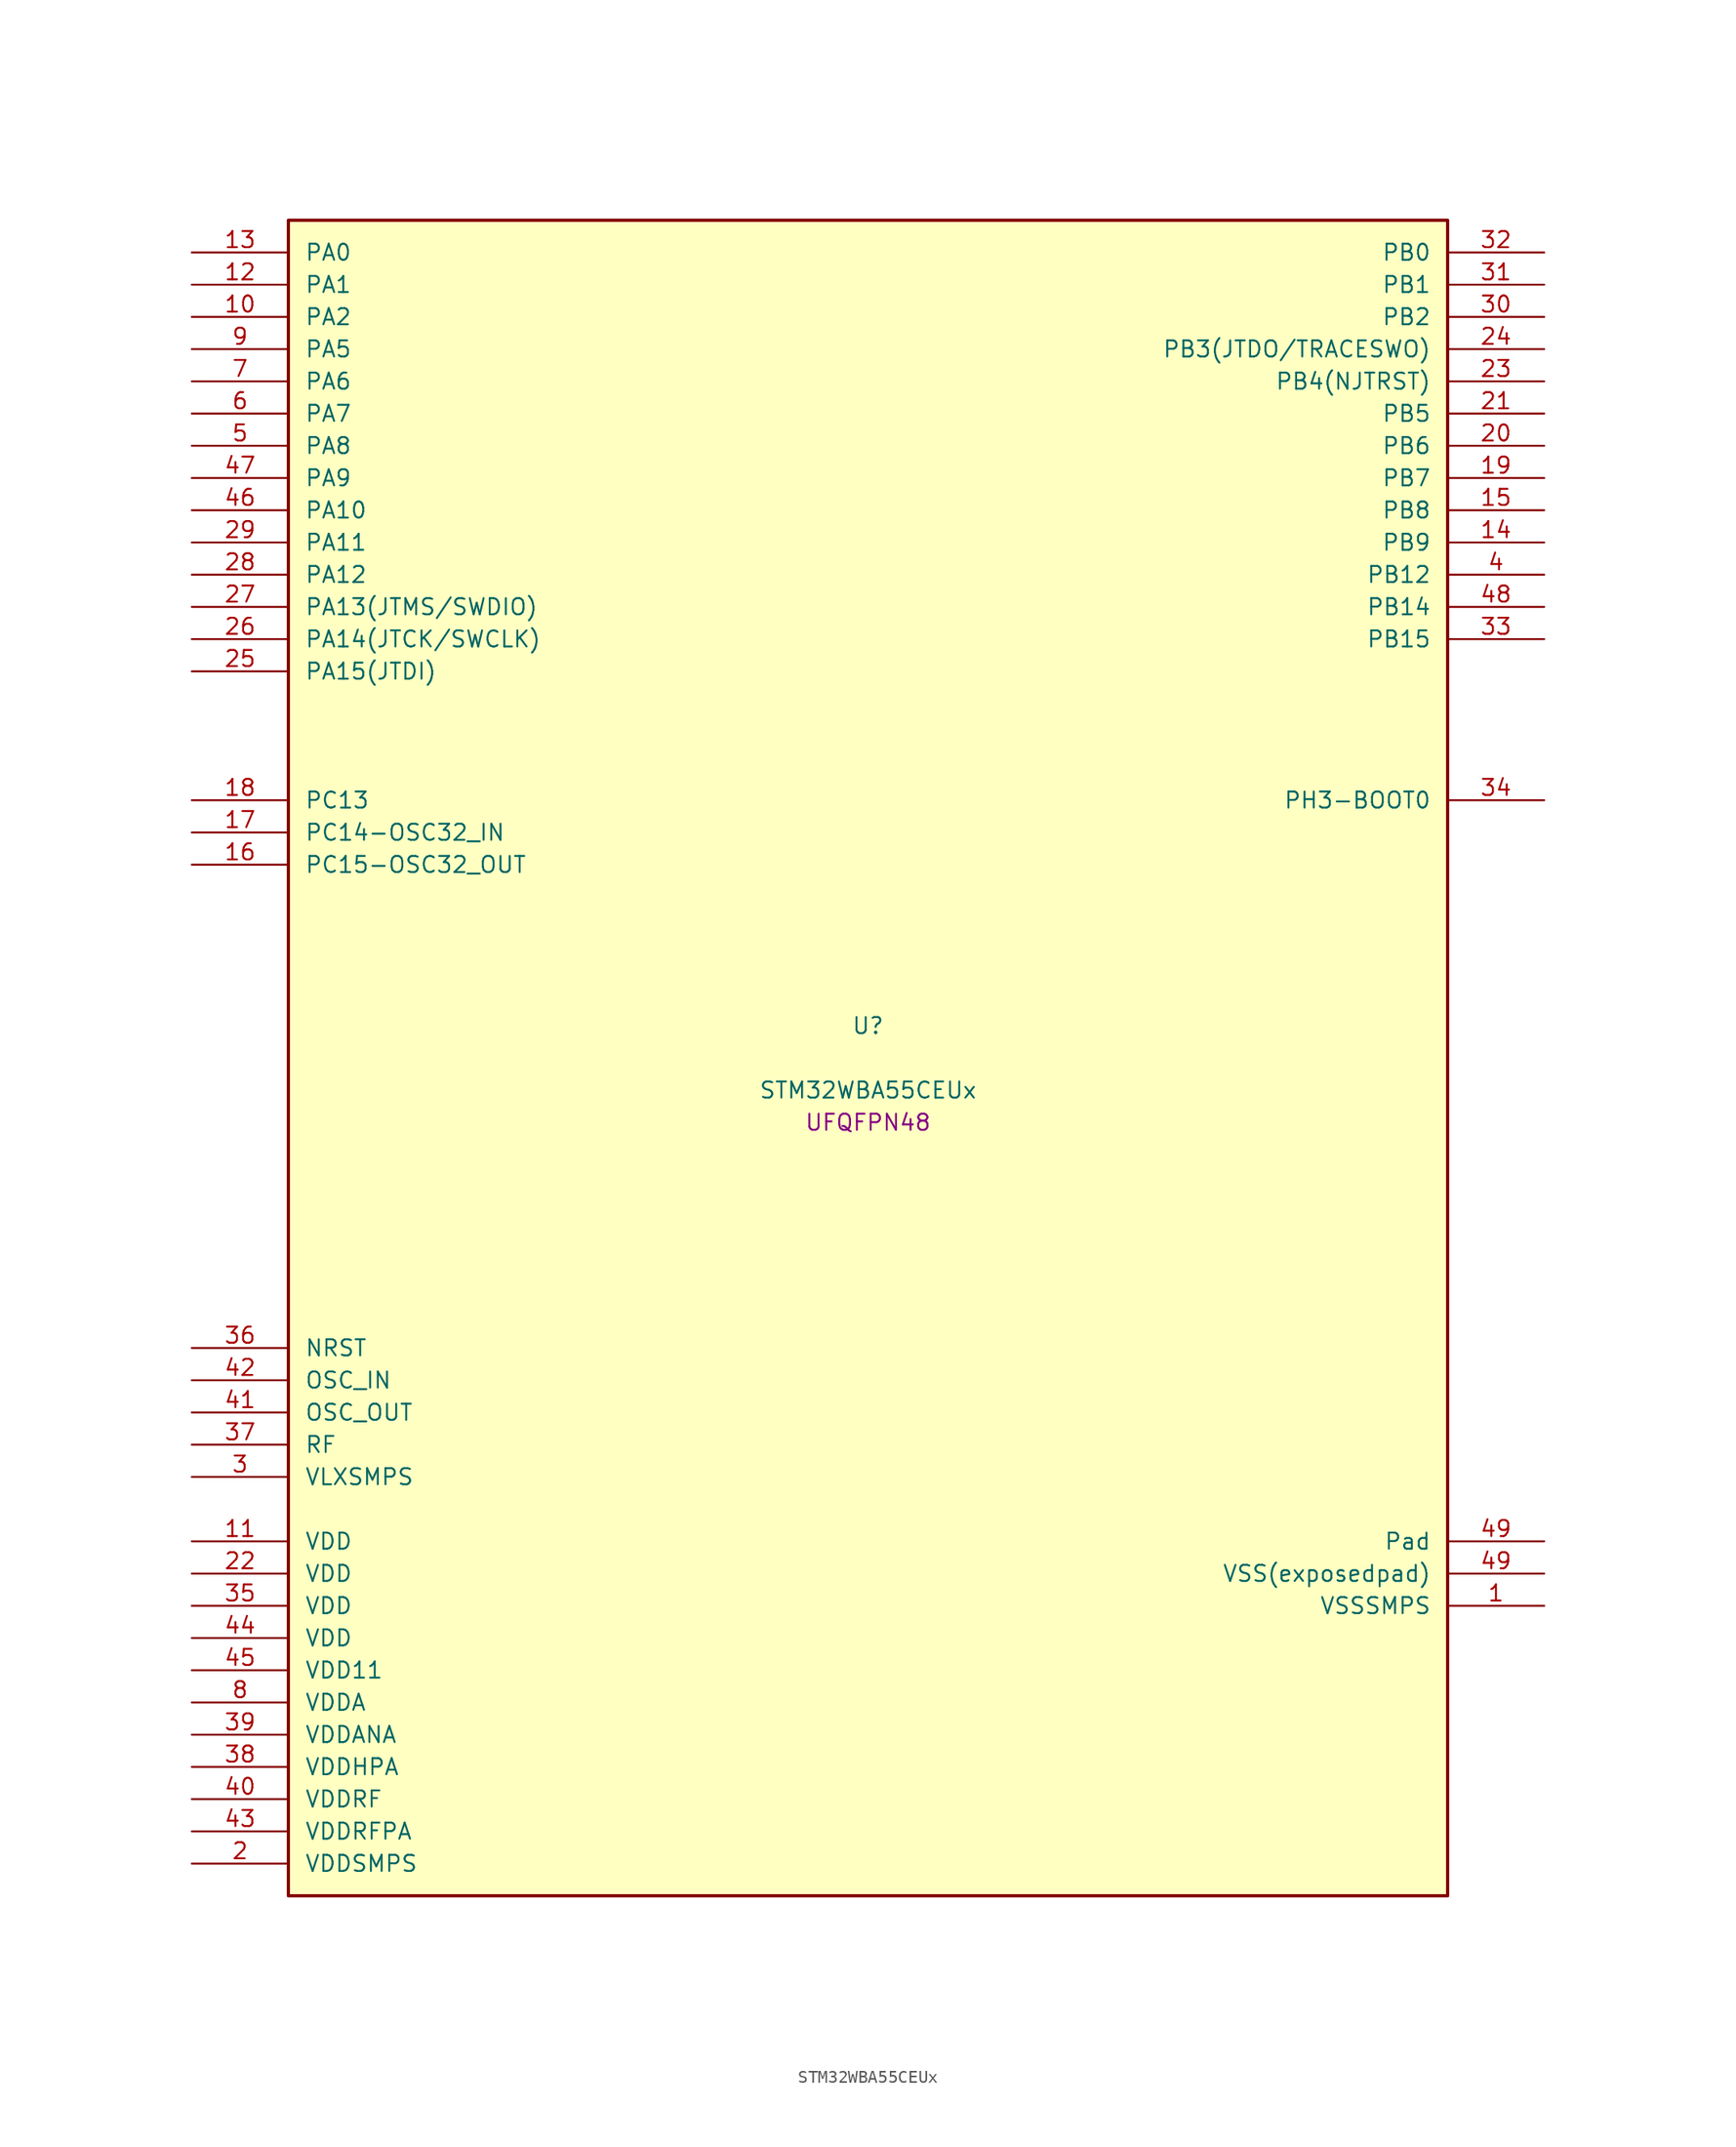
<source format=kicad_sym>
(kicad_symbol_lib
  (version 20241209)
  (generator "stm32_pkl_generator")
  (generator_version "1.0")
  (symbol "STM32WBA55CEUx"
    (pin_names
      (offset 1.27))
    (property "Reference" "U"
      (at 0 2.54 0))
    (property "Value" "STM32WBA55CEUx"
      (at 0 -2.54 0))
    (property "Footprint" "UFQFPN48"
      (at 0 -5.08 0))
    (symbol "STM32WBA55CEUx_1_1"
      (rectangle (start -45.72 66.04) (end 45.72 -66.04) (stroke (width 0.254) (type solid)) (fill (type background)))
      (pin bidirectional line (at -53.34 63.5 0) (length 7.62) (name "PA0") (number "13") (alternate "PA0/ADC4_IN9" bidirectional line) (alternate "PA0/COMP2_INP" bidirectional line) (alternate "PA0/LPTIM1_IN1" bidirectional line) (alternate "PA0/LPUART1_CTS" bidirectional line) (alternate "PA0/PWR_WKUP1" bidirectional line) (alternate "PA0/SPI3_SCK" bidirectional line) (alternate "PA0/TIM1_CH2N" bidirectional line) (alternate "PA0/TIM3_CH3" bidirectional line) (alternate "PA0/TIM3_ETR" bidirectional line) (alternate "PA0/TSC_G2_IO2" bidirectional line))
      (pin bidirectional line (at -53.34 60.96 0) (length 7.62) (name "PA1") (number "12") (alternate "PA1/ADC4_IN8" bidirectional line) (alternate "PA1/COMP1_INM" bidirectional line) (alternate "PA1/LPTIM2_CH2" bidirectional line) (alternate "PA1/LPUART1_RX" bidirectional line) (alternate "PA1/PWR_WKUP3" bidirectional line) (alternate "PA1/SAI1_CK1" bidirectional line) (alternate "PA1/SPI1_RDY" bidirectional line) (alternate "PA1/TIM17_CH1" bidirectional line) (alternate "PA1/TIM1_CH1N" bidirectional line) (alternate "PA1/TIM3_CH2" bidirectional line) (alternate "PA1/TSC_G2_IO1" bidirectional line) (alternate "PA1/USART1_CK" bidirectional line))
      (pin bidirectional line (at -53.34 58.42 0) (length 7.62) (name "PA2") (number "10") (alternate "PA2/ADC4_IN7" bidirectional line) (alternate "PA2/COMP1_INP" bidirectional line) (alternate "PA2/LPUART1_TX" bidirectional line) (alternate "PA2/PWR_WKUP4" bidirectional line) (alternate "PA2/RCC_LSCO" bidirectional line) (alternate "PA2/SAI1_D1" bidirectional line) (alternate "PA2/TIM16_CH1" bidirectional line) (alternate "PA2/TIM1_BKIN" bidirectional line) (alternate "PA2/TIM3_CH1" bidirectional line) (alternate "PA2/TSC_G4_IO4" bidirectional line) (alternate "PA2/USART1_DE" bidirectional line) (alternate "PA2/USART1_RTS" bidirectional line))
      (pin bidirectional line (at -53.34 55.88 0) (length 7.62) (name "PA5") (number "9") (alternate "PA5/ADC4_IN4" bidirectional line) (alternate "PA5/AUDIOCLK" bidirectional line) (alternate "PA5/LPTIM2_ETR" bidirectional line) (alternate "PA5/PWR_CSLEEP" bidirectional line) (alternate "PA5/PWR_WKUP6" bidirectional line) (alternate "PA5/SAI1_D2" bidirectional line) (alternate "PA5/SPI3_NSS" bidirectional line) (alternate "PA5/TIM2_CH1" bidirectional line) (alternate "PA5/TIM2_ETR" bidirectional line) (alternate "PA5/TSC_G1_IO4" bidirectional line) (alternate "PA5/USART1_CK" bidirectional line))
      (pin bidirectional line (at -53.34 53.34 0) (length 7.62) (name "PA6") (number "7") (alternate "PA6/ADC4_IN3" bidirectional line) (alternate "PA6/I2C3_SCL" bidirectional line) (alternate "PA6/PWR_CSTOP" bidirectional line) (alternate "PA6/PWR_WKUP7" bidirectional line) (alternate "PA6/SAI1_CK2" bidirectional line) (alternate "PA6/SAI1_MCLK_A" bidirectional line) (alternate "PA6/SPI3_RDY" bidirectional line) (alternate "PA6/TIM2_CH4" bidirectional line) (alternate "PA6/TSC_G1_IO3" bidirectional line) (alternate "PA6/USART1_DE" bidirectional line) (alternate "PA6/USART1_RTS" bidirectional line))
      (pin bidirectional line (at -53.34 50.8 0) (length 7.62) (name "PA7") (number "6") (alternate "PA7/ADC4_IN2" bidirectional line) (alternate "PA7/COMP1_OUT" bidirectional line) (alternate "PA7/I2C3_SDA" bidirectional line) (alternate "PA7/PWR_WKUP8" bidirectional line) (alternate "PA7/SAI1_SCK_A" bidirectional line) (alternate "PA7/TAMP_IN1" bidirectional line) (alternate "PA7/TAMP_OUT2" bidirectional line) (alternate "PA7/TIM2_CH3" bidirectional line) (alternate "PA7/TSC_G1_IO2" bidirectional line) (alternate "PA7/USART1_CTS" bidirectional line))
      (pin bidirectional line (at -53.34 48.26 0) (length 7.62) (name "PA8") (number "5") (alternate "PA8/ADC4_IN1" bidirectional line) (alternate "PA8/LPTIM1_CH2" bidirectional line) (alternate "PA8/RCC_MCO" bidirectional line) (alternate "PA8/SAI1_FS_A" bidirectional line) (alternate "PA8/SPI3_RDY" bidirectional line) (alternate "PA8/TIM2_CH2" bidirectional line) (alternate "PA8/TSC_G1_IO1" bidirectional line) (alternate "PA8/USART1_RX" bidirectional line))
      (pin bidirectional line (at -53.34 45.72 0) (length 7.62) (name "PA9") (number "47") (alternate "PA9/LPUART1_DE" bidirectional line) (alternate "PA9/LPUART1_RTS" bidirectional line) (alternate "PA9/SAI1_CK1" bidirectional line) (alternate "PA9/TIM3_CH2" bidirectional line))
      (pin bidirectional line (at -53.34 43.18 0) (length 7.62) (name "PA10") (number "46") (alternate "PA10/LPUART1_RX" bidirectional line) (alternate "PA10/SAI1_D1" bidirectional line) (alternate "PA10/TIM3_CH1" bidirectional line))
      (pin bidirectional line (at -53.34 40.64 0) (length 7.62) (name "PA11") (number "29") (alternate "PA11/LPTIM2_CH1" bidirectional line) (alternate "PA11/RF_ANTSW1" bidirectional line) (alternate "PA11/TIM1_CH1" bidirectional line) (alternate "PA11/USART2_RX" bidirectional line))
      (pin bidirectional line (at -53.34 38.1 0) (length 7.62) (name "PA12") (number "28") (alternate "PA12/COMP2_OUT" bidirectional line) (alternate "PA12/PTA_STATUS" bidirectional line) (alternate "PA12/PWR_WKUP6" bidirectional line) (alternate "PA12/RF_ANTSW0" bidirectional line) (alternate "PA12/SPI1_NSS" bidirectional line) (alternate "PA12/TIM1_CH2" bidirectional line) (alternate "PA12/TSC_G3_IO4" bidirectional line) (alternate "PA12/USART2_TX" bidirectional line))
      (pin bidirectional line (at -53.34 35.56 0) (length 7.62) (name "PA13(JTMS/SWDIO)") (number "27") (alternate "PA13(JTMS/SWDIO)/DEBUG_JTMS-SWDIO" bidirectional line) (alternate "PA13(JTMS/SWDIO)/IR_OUT" bidirectional line) (alternate "PA13(JTMS/SWDIO)/PTA_PRIORITY" bidirectional line))
      (pin bidirectional line (at -53.34 33.02 0) (length 7.62) (name "PA14(JTCK/SWCLK)") (number "26") (alternate "PA14(JTCK/SWCLK)/COMP2_OUT" bidirectional line) (alternate "PA14(JTCK/SWCLK)/DEBUG_JTCK-SWCLK" bidirectional line) (alternate "PA14(JTCK/SWCLK)/PTA_STATUS" bidirectional line) (alternate "PA14(JTCK/SWCLK)/TAMP_IN3" bidirectional line) (alternate "PA14(JTCK/SWCLK)/TAMP_OUT6" bidirectional line) (alternate "PA14(JTCK/SWCLK)/USART2_TX" bidirectional line))
      (pin bidirectional line (at -53.34 30.48 0) (length 7.62) (name "PA15(JTDI)") (number "25") (alternate "PA15(JTDI)/ADC4_EXTI15" bidirectional line) (alternate "PA15(JTDI)/DEBUG_JTDI" bidirectional line) (alternate "PA15(JTDI)/I2C1_SCL" bidirectional line) (alternate "PA15(JTDI)/LPTIM1_CH2" bidirectional line) (alternate "PA15(JTDI)/PTA_STATUS" bidirectional line) (alternate "PA15(JTDI)/SPI1_MOSI" bidirectional line) (alternate "PA15(JTDI)/TIM17_BKIN" bidirectional line) (alternate "PA15(JTDI)/TIM1_ETR" bidirectional line) (alternate "PA15(JTDI)/TSC_G3_IO3" bidirectional line) (alternate "PA15(JTDI)/USART2_DE" bidirectional line) (alternate "PA15(JTDI)/USART2_RTS" bidirectional line))
      (pin bidirectional line (at 53.34 63.5 180) (length 7.62) (name "PB0") (number "32") (alternate "PB0/LPTIM2_IN2" bidirectional line) (alternate "PB0/TIM1_CH3N" bidirectional line) (alternate "PB0/USART2_TX" bidirectional line))
      (pin bidirectional line (at 53.34 60.96 180) (length 7.62) (name "PB1") (number "31") (alternate "PB1/I2C1_SDA" bidirectional line) (alternate "PB1/I2C3_SDA" bidirectional line) (alternate "PB1/PWR_WKUP4" bidirectional line) (alternate "PB1/TIM1_CH2N" bidirectional line) (alternate "PB1/USART2_DE" bidirectional line) (alternate "PB1/USART2_RTS" bidirectional line))
      (pin bidirectional line (at 53.34 58.42 180) (length 7.62) (name "PB2") (number "30") (alternate "PB2/I2C1_SCL" bidirectional line) (alternate "PB2/I2C3_SCL" bidirectional line) (alternate "PB2/PWR_WKUP1" bidirectional line) (alternate "PB2/RF_ANTSW2" bidirectional line) (alternate "PB2/RTC_OUT2" bidirectional line) (alternate "PB2/TIM1_CH1N" bidirectional line) (alternate "PB2/USART2_CTS" bidirectional line))
      (pin bidirectional line (at 53.34 55.88 180) (length 7.62) (name "PB3(JTDO/TRACESWO)") (number "24") (alternate "PB3(JTDO/TRACESWO)/DEBUG_JTDO-SWO" bidirectional line) (alternate "PB3(JTDO/TRACESWO)/I2C1_SDA" bidirectional line) (alternate "PB3(JTDO/TRACESWO)/LPTIM1_IN2" bidirectional line) (alternate "PB3(JTDO/TRACESWO)/PTA_ACTIVE" bidirectional line) (alternate "PB3(JTDO/TRACESWO)/SPI1_MISO" bidirectional line) (alternate "PB3(JTDO/TRACESWO)/TIM17_CH1N" bidirectional line) (alternate "PB3(JTDO/TRACESWO)/TIM1_CH4" bidirectional line) (alternate "PB3(JTDO/TRACESWO)/TSC_G3_IO2" bidirectional line) (alternate "PB3(JTDO/TRACESWO)/USART2_CK" bidirectional line))
      (pin bidirectional line (at 53.34 53.34 180) (length 7.62) (name "PB4(NJTRST)") (number "23") (alternate "PB4(NJTRST)/DEBUG_JTRST" bidirectional line) (alternate "PB4(NJTRST)/LPTIM2_IN2" bidirectional line) (alternate "PB4(NJTRST)/PTA_ACTIVE" bidirectional line) (alternate "PB4(NJTRST)/PTA_PRIORITY" bidirectional line) (alternate "PB4(NJTRST)/SAI1_MCLK_B" bidirectional line) (alternate "PB4(NJTRST)/SPI1_SCK" bidirectional line) (alternate "PB4(NJTRST)/TIM17_CH1" bidirectional line) (alternate "PB4(NJTRST)/TIM1_CH3" bidirectional line) (alternate "PB4(NJTRST)/TSC_G3_IO1" bidirectional line) (alternate "PB4(NJTRST)/USART2_RX" bidirectional line))
      (pin bidirectional line (at 53.34 50.8 180) (length 7.62) (name "PB5") (number "21") (alternate "PB5/LPUART1_TX" bidirectional line) (alternate "PB5/SAI1_D2" bidirectional line) (alternate "PB5/SAI1_FS_B" bidirectional line) (alternate "PB5/TIM3_CH1" bidirectional line) (alternate "PB5/TSC_G5_IO4" bidirectional line))
      (pin bidirectional line (at 53.34 48.26 180) (length 7.62) (name "PB6") (number "20") (alternate "PB6/PWR_WKUP3" bidirectional line) (alternate "PB6/SAI1_SCK_B" bidirectional line) (alternate "PB6/TIM2_CH1" bidirectional line) (alternate "PB6/TIM2_ETR" bidirectional line) (alternate "PB6/TSC_G5_IO3" bidirectional line))
      (pin bidirectional line (at 53.34 45.72 180) (length 7.62) (name "PB7") (number "19") (alternate "PB7/PWR_WKUP5" bidirectional line) (alternate "PB7/SAI1_SD_B" bidirectional line) (alternate "PB7/TAMP_IN5" bidirectional line) (alternate "PB7/TAMP_OUT4" bidirectional line) (alternate "PB7/TIM1_CH4N" bidirectional line) (alternate "PB7/TSC_G5_IO2" bidirectional line))
      (pin bidirectional line (at 53.34 43.18 180) (length 7.62) (name "PB8") (number "15") (alternate "PB8/COMP1_OUT" bidirectional line) (alternate "PB8/LPTIM1_ETR" bidirectional line) (alternate "PB8/PWR_PVD_IN" bidirectional line) (alternate "PB8/SPI3_MOSI" bidirectional line) (alternate "PB8/TIM16_CH1N" bidirectional line) (alternate "PB8/TIM1_CH1" bidirectional line) (alternate "PB8/TIM3_ETR" bidirectional line) (alternate "PB8/TSC_G2_IO4" bidirectional line) (alternate "PB8/USART2_RX" bidirectional line))
      (pin bidirectional line (at 53.34 40.64 180) (length 7.62) (name "PB9") (number "14") (alternate "PB9/ADC4_IN10" bidirectional line) (alternate "PB9/COMP2_INM" bidirectional line) (alternate "PB9/IR_OUT" bidirectional line) (alternate "PB9/LPTIM2_IN1" bidirectional line) (alternate "PB9/LPUART1_DE" bidirectional line) (alternate "PB9/LPUART1_RTS" bidirectional line) (alternate "PB9/PWR_WKUP8" bidirectional line) (alternate "PB9/SPI3_MISO" bidirectional line) (alternate "PB9/TIM16_CH1" bidirectional line) (alternate "PB9/TIM1_CH3N" bidirectional line) (alternate "PB9/TIM3_CH4" bidirectional line) (alternate "PB9/TSC_G2_IO3" bidirectional line))
      (pin bidirectional line (at 53.34 38.1 180) (length 7.62) (name "PB12") (number "4") (alternate "PB12/SAI1_SD_A" bidirectional line) (alternate "PB12/SPI1_RDY" bidirectional line) (alternate "PB12/TIM2_CH1" bidirectional line) (alternate "PB12/TIM2_ETR" bidirectional line) (alternate "PB12/TIM3_ETR" bidirectional line) (alternate "PB12/TSC_SYNC" bidirectional line) (alternate "PB12/USART1_TX" bidirectional line))
      (pin bidirectional line (at 53.34 35.56 180) (length 7.62) (name "PB14") (number "48") (alternate "PB14/PWR_WKUP7" bidirectional line) (alternate "PB14/RTC_REFIN" bidirectional line) (alternate "PB14/SAI1_SD_A" bidirectional line) (alternate "PB14/TIM3_CH3" bidirectional line) (alternate "PB14/TSC_G6_IO1" bidirectional line) (alternate "PB14/USART1_TX" bidirectional line))
      (pin bidirectional line (at 53.34 33.02 180) (length 7.62) (name "PB15") (number "33") (alternate "PB15/ADC4_EXTI15" bidirectional line) (alternate "PB15/I2C1_SMBA" bidirectional line) (alternate "PB15/I2C3_SMBA" bidirectional line) (alternate "PB15/LPUART1_CTS" bidirectional line) (alternate "PB15/PTA_GRANT" bidirectional line) (alternate "PB15/RF_EXTPABYP" bidirectional line) (alternate "PB15/TIM16_BKIN" bidirectional line) (alternate "PB15/TIM1_BKIN2" bidirectional line) (alternate "PB15/USART2_CTS" bidirectional line))
      (pin bidirectional line (at -53.34 20.32 0) (length 7.62) (name "PC13") (number "18") (alternate "PC13/PWR_WKUP2" bidirectional line) (alternate "PC13/RTC_OUT1" bidirectional line) (alternate "PC13/RTC_TS" bidirectional line) (alternate "PC13/TAMP_IN4" bidirectional line) (alternate "PC13/TAMP_OUT5" bidirectional line) (alternate "PC13/TIM1_BKIN2" bidirectional line) (alternate "PC13/TSC_G5_IO1" bidirectional line))
      (pin bidirectional line (at -53.34 17.78 0) (length 7.62) (name "PC14-OSC32_IN") (number "17") (alternate "PC14-OSC32_IN/RCC_OSC32_IN" bidirectional line))
      (pin bidirectional line (at -53.34 15.24 0) (length 7.62) (name "PC15-OSC32_OUT") (number "16") (alternate "PC15-OSC32_OUT/ADC4_EXTI15" bidirectional line) (alternate "PC15-OSC32_OUT/RCC_OSC32_OUT" bidirectional line))
      (pin bidirectional line (at 53.34 20.32 180) (length 7.62) (name "PH3-BOOT0") (number "34") (alternate "PH3-BOOT0/PTA_GRANT" bidirectional line) (alternate "PH3-BOOT0/RF_EXTPABYP" bidirectional line) (alternate "PH3-BOOT0/TAMP_IN2" bidirectional line) (alternate "PH3-BOOT0/TAMP_OUT1" bidirectional line))
      (pin input line (at -53.34 -22.86 0) (length 7.62) (name "NRST") (number "36"))
      (pin bidirectional line (at -53.34 -25.4 0) (length 7.62) (name "OSC_IN") (number "42") (alternate "OSC_IN/RCC_OSC_IN" bidirectional line))
      (pin bidirectional line (at -53.34 -27.94 0) (length 7.62) (name "OSC_OUT") (number "41") (alternate "OSC_OUT/RCC_OSC_OUT" bidirectional line))
      (pin bidirectional line (at -53.34 -30.48 0) (length 7.62) (name "RF") (number "37"))
      (pin power_in line (at -53.34 -33.02 0) (length 7.62) (name "VLXSMPS") (number "3"))
      (pin power_in line (at -53.34 -38.1 0) (length 7.62) (name "VDD") (number "11"))
      (pin power_in line (at -53.34 -40.64 0) (length 7.62) (name "VDD") (number "22"))
      (pin power_in line (at -53.34 -43.18 0) (length 7.62) (name "VDD") (number "35"))
      (pin power_in line (at -53.34 -45.72 0) (length 7.62) (name "VDD") (number "44"))
      (pin power_in line (at -53.34 -48.26 0) (length 7.62) (name "VDD11") (number "45"))
      (pin power_in line (at -53.34 -50.8 0) (length 7.62) (name "VDDA") (number "8"))
      (pin power_in line (at -53.34 -53.34 0) (length 7.62) (name "VDDANA") (number "39"))
      (pin power_in line (at -53.34 -55.88 0) (length 7.62) (name "VDDHPA") (number "38"))
      (pin power_in line (at -53.34 -58.42 0) (length 7.62) (name "VDDRF") (number "40"))
      (pin power_in line (at -53.34 -60.96 0) (length 7.62) (name "VDDRFPA") (number "43"))
      (pin power_in line (at -53.34 -63.5 0) (length 7.62) (name "VDDSMPS") (number "2"))
      (pin passive line (at 53.34 -38.1 180) (length 7.62) (name "Pad") (number "49"))
      (pin power_in line (at 53.34 -40.64 180) (length 7.62) (name "VSS(exposedpad)") (number "49"))
      (pin power_in line (at 53.34 -43.18 180) (length 7.62) (name "VSSSMPS") (number "1")))))
</source>
